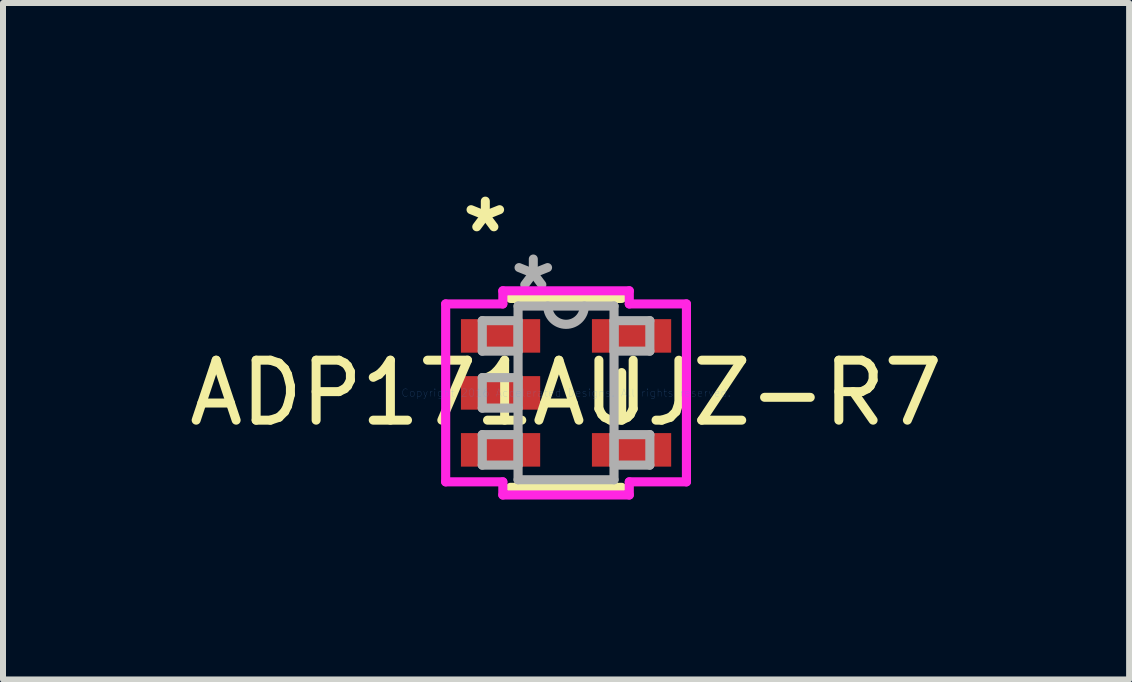
<source format=kicad_pcb>
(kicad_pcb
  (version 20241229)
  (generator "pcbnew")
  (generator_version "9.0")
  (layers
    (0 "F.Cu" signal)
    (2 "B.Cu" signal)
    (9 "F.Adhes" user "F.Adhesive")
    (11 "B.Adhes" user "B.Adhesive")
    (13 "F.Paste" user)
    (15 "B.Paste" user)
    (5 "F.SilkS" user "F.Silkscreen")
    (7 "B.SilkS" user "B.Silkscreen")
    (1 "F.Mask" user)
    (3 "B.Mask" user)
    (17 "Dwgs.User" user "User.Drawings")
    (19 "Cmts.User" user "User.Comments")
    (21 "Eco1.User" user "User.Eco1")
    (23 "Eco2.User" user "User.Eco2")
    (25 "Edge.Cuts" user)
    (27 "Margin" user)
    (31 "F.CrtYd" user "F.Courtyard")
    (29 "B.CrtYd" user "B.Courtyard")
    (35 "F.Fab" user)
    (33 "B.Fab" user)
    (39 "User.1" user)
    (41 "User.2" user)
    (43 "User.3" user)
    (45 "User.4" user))
  (footprint "ADP171AUJZ-R7"
    (layer "F.Cu")
    (at 6.387 3.5)
    (property "Reference" "ADP171AUJZ-R7" (at 0 0 0) (layer "F.SilkS") (effects (font (size 1 1) (thickness 0.15))))
    (attr through_hole)
    (fp_line (start -0.927 1.575) (end 0.927 1.575) (stroke (width 0.152) (type solid)) (layer "F.SilkS"))
    (fp_line (start 0.927 -1.575) (end -0.927 -1.575) (stroke (width 0.152) (type solid)) (layer "F.SilkS"))
    (fp_line (start 0.927 0.338) (end 0.927 -0.338) (stroke (width 0.152) (type solid)) (layer "F.SilkS"))
    (fp_line (start -2.007 -1.483) (end -1.054 -1.483) (stroke (width 0.152) (type solid)) (layer "F.CrtYd"))
    (fp_line (start -2.007 1.483) (end -2.007 -1.483) (stroke (width 0.152) (type solid)) (layer "F.CrtYd"))
    (fp_line (start -1.054 -1.702) (end 1.054 -1.702) (stroke (width 0.152) (type solid)) (layer "F.CrtYd"))
    (fp_line (start -1.054 -1.483) (end -1.054 -1.702) (stroke (width 0.152) (type solid)) (layer "F.CrtYd"))
    (fp_line (start -1.054 1.483) (end -2.007 1.483) (stroke (width 0.152) (type solid)) (layer "F.CrtYd"))
    (fp_line (start -1.054 1.702) (end -1.054 1.483) (stroke (width 0.152) (type solid)) (layer "F.CrtYd"))
    (fp_line (start 1.054 -1.702) (end 1.054 -1.483) (stroke (width 0.152) (type solid)) (layer "F.CrtYd"))
    (fp_line (start 1.054 -1.483) (end 2.007 -1.483) (stroke (width 0.152) (type solid)) (layer "F.CrtYd"))
    (fp_line (start 1.054 1.483) (end 1.054 1.702) (stroke (width 0.152) (type solid)) (layer "F.CrtYd"))
    (fp_line (start 1.054 1.702) (end -1.054 1.702) (stroke (width 0.152) (type solid)) (layer "F.CrtYd"))
    (fp_line (start 2.007 -1.483) (end 2.007 1.483) (stroke (width 0.152) (type solid)) (layer "F.CrtYd"))
    (fp_line (start 2.007 1.483) (end 1.054 1.483) (stroke (width 0.152) (type solid)) (layer "F.CrtYd"))
    (fp_line (start -1.397 -1.204) (end -1.397 -0.696) (stroke (width 0.152) (type solid)) (layer "F.Fab"))
    (fp_line (start -1.397 -0.696) (end -0.8 -0.696) (stroke (width 0.152) (type solid)) (layer "F.Fab"))
    (fp_line (start -1.397 -0.254) (end -1.397 0.254) (stroke (width 0.152) (type solid)) (layer "F.Fab"))
    (fp_line (start -1.397 0.254) (end -0.8 0.254) (stroke (width 0.152) (type solid)) (layer "F.Fab"))
    (fp_line (start -1.397 0.696) (end -1.397 1.204) (stroke (width 0.152) (type solid)) (layer "F.Fab"))
    (fp_line (start -1.397 1.204) (end -0.8 1.204) (stroke (width 0.152) (type solid)) (layer "F.Fab"))
    (fp_line (start -0.8 -1.448) (end -0.8 1.448) (stroke (width 0.152) (type solid)) (layer "F.Fab"))
    (fp_line (start -0.8 -1.204) (end -1.397 -1.204) (stroke (width 0.152) (type solid)) (layer "F.Fab"))
    (fp_line (start -0.8 -0.696) (end -0.8 -1.204) (stroke (width 0.152) (type solid)) (layer "F.Fab"))
    (fp_line (start -0.8 -0.254) (end -1.397 -0.254) (stroke (width 0.152) (type solid)) (layer "F.Fab"))
    (fp_line (start -0.8 0.254) (end -0.8 -0.254) (stroke (width 0.152) (type solid)) (layer "F.Fab"))
    (fp_line (start -0.8 0.696) (end -1.397 0.696) (stroke (width 0.152) (type solid)) (layer "F.Fab"))
    (fp_line (start -0.8 1.204) (end -0.8 0.696) (stroke (width 0.152) (type solid)) (layer "F.Fab"))
    (fp_line (start -0.8 1.448) (end 0.8 1.448) (stroke (width 0.152) (type solid)) (layer "F.Fab"))
    (fp_line (start 0.8 -1.448) (end -0.8 -1.448) (stroke (width 0.152) (type solid)) (layer "F.Fab"))
    (fp_line (start 0.8 -1.204) (end 0.8 -0.696) (stroke (width 0.152) (type solid)) (layer "F.Fab"))
    (fp_line (start 0.8 -0.696) (end 1.397 -0.696) (stroke (width 0.152) (type solid)) (layer "F.Fab"))
    (fp_line (start 0.8 0.696) (end 0.8 1.204) (stroke (width 0.152) (type solid)) (layer "F.Fab"))
    (fp_line (start 0.8 1.204) (end 1.397 1.204) (stroke (width 0.152) (type solid)) (layer "F.Fab"))
    (fp_line (start 0.8 1.448) (end 0.8 -1.448) (stroke (width 0.152) (type solid)) (layer "F.Fab"))
    (fp_line (start 1.397 -1.204) (end 0.8 -1.204) (stroke (width 0.152) (type solid)) (layer "F.Fab"))
    (fp_line (start 1.397 -0.696) (end 1.397 -1.204) (stroke (width 0.152) (type solid)) (layer "F.Fab"))
    (fp_line (start 1.397 0.696) (end 0.8 0.696) (stroke (width 0.152) (type solid)) (layer "F.Fab"))
    (fp_line (start 1.397 1.204) (end 1.397 0.696) (stroke (width 0.152) (type solid)) (layer "F.Fab"))
    (fp_arc (start 0.3048 -1.4478) (mid 0 -1.143) (end -0.3048 -1.4478) (stroke (width 0.1524) (type solid)) (layer "F.Fab"))
    (fp_text user "*" (at -1.346 -2.652 0) (layer "F.SilkS") (effects (font (size 1 1) (thickness 0.15))))
    (fp_text user "Copyright 2016 Accelerated Designs. All rights reserved." (at 0 0 0) (layer "Cmts.User") (effects (font (size 0.127 0.127) (thickness 0.002))))
    (fp_text user "*" (at -0.546 -1.687 0) (layer "F.Fab") (effects (font (size 1 1) (thickness 0.15))))
    (pad "1" smd rect (at -1.092 -0.95) (size 1.321 0.559) (layers "F.Cu" "F.Mask" "F.Paste"))
    (pad "2" smd rect (at -1.092 0) (size 1.321 0.559) (layers "F.Cu" "F.Mask" "F.Paste"))
    (pad "3" smd rect (at -1.092 0.95) (size 1.321 0.559) (layers "F.Cu" "F.Mask" "F.Paste"))
    (pad "4" smd rect (at 1.092 0.95) (size 1.321 0.559) (layers "F.Cu" "F.Mask" "F.Paste"))
    (pad "5" smd rect (at 1.092 -0.95) (size 1.321 0.559) (layers "F.Cu" "F.Mask" "F.Paste")))
  (gr_rect
    (start -3 -3)
    (end 15.774 8.278)
    (stroke (width 0.1) (type default))
    (fill no)
    (layer "Edge.Cuts")))
</source>
